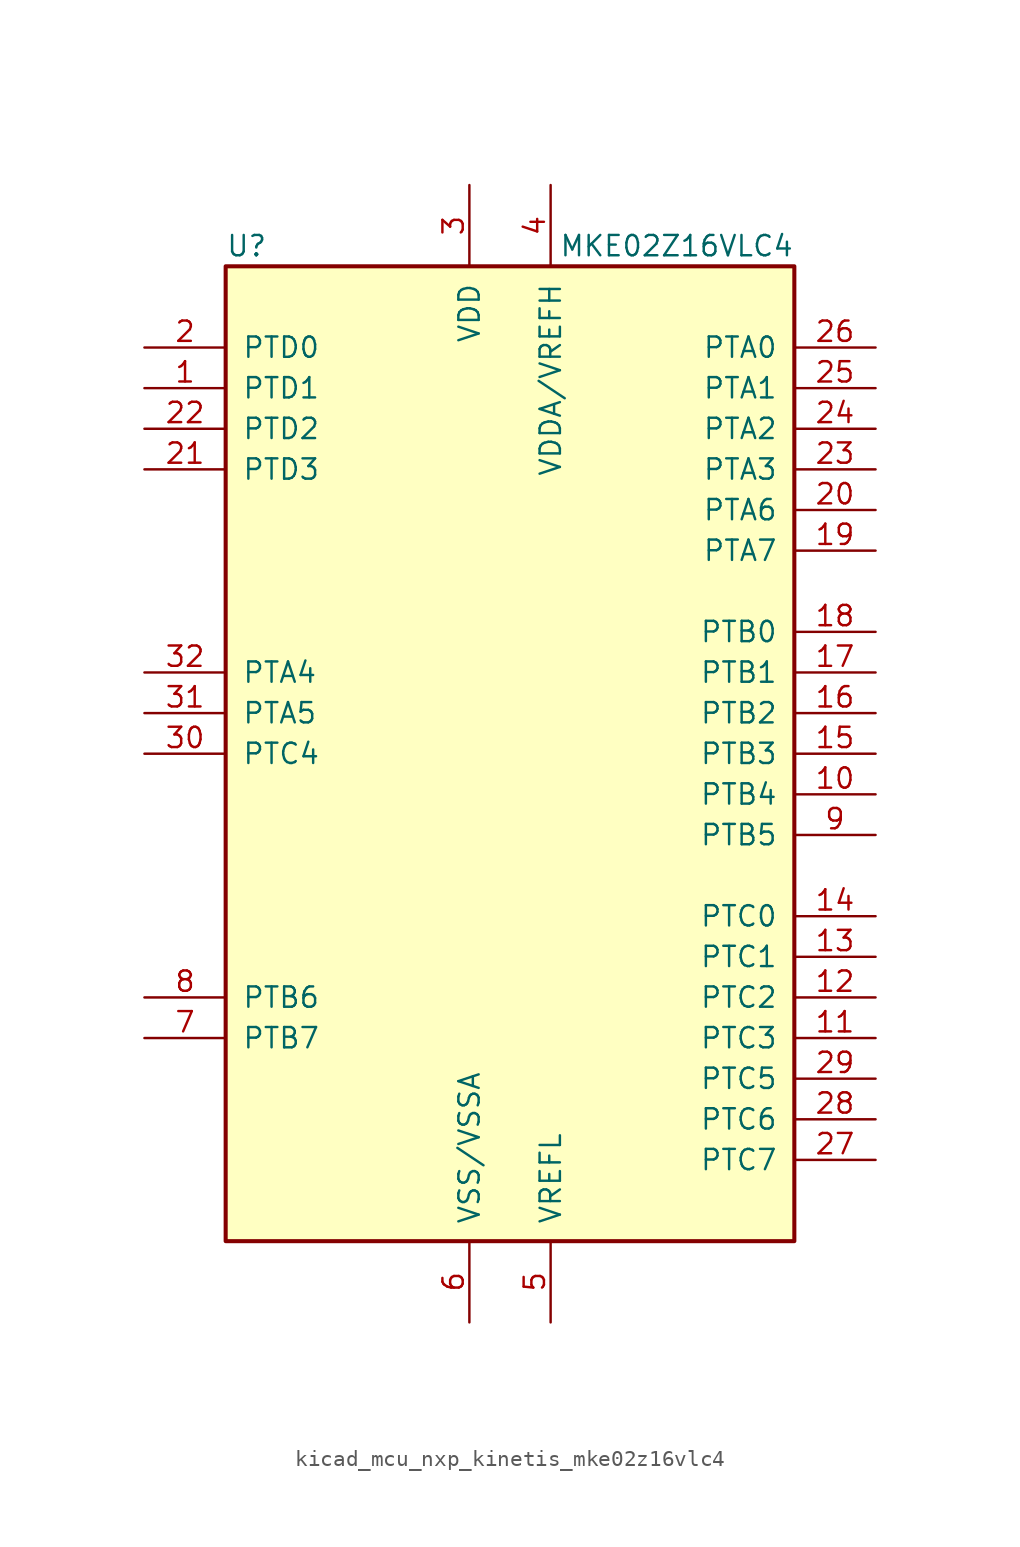
<source format=kicad_sym>
(kicad_symbol_lib
  (version 20220914)
  (generator kicad_symbol_editor)
  (symbol "kicad_mcu_nxp_kinetis_mke02z16vlc4"
    (pin_names
      (offset 1.016))
    (property "Reference" "U"
      (at -17.78 31.75 0)
      (effects (font (size 1.27 1.27)) (justify left)))
    (property "Value" "MKE02Z16VLC4"
      (at 17.78 31.75 0)
      (effects (font (size 1.27 1.27)) (justify right)))
    (symbol "kicad_mcu_nxp_kinetis_mke02z16vlc4_0_1"
      (rectangle (start -17.78 30.48) (end 17.78 -30.48) (stroke (width 0.254) (type default)) (fill (type background))))
    (symbol "kicad_mcu_nxp_kinetis_mke02z16vlc4_1_1"
      (pin bidirectional line (at -22.86 22.86 0) (length 5.08) (name "PTD1" (effects (font (size 1.27 1.27)))) (number "1" (effects (font (size 1.27 1.27)))))
      (pin bidirectional line (at 22.86 -2.54 180) (length 5.08) (name "PTB4" (effects (font (size 1.27 1.27)))) (number "10" (effects (font (size 1.27 1.27)))))
      (pin bidirectional line (at 22.86 -17.78 180) (length 5.08) (name "PTC3" (effects (font (size 1.27 1.27)))) (number "11" (effects (font (size 1.27 1.27)))))
      (pin bidirectional line (at 22.86 -15.24 180) (length 5.08) (name "PTC2" (effects (font (size 1.27 1.27)))) (number "12" (effects (font (size 1.27 1.27)))))
      (pin bidirectional line (at 22.86 -12.7 180) (length 5.08) (name "PTC1" (effects (font (size 1.27 1.27)))) (number "13" (effects (font (size 1.27 1.27)))))
      (pin bidirectional line (at 22.86 -10.16 180) (length 5.08) (name "PTC0" (effects (font (size 1.27 1.27)))) (number "14" (effects (font (size 1.27 1.27)))))
      (pin bidirectional line (at 22.86 0 180) (length 5.08) (name "PTB3" (effects (font (size 1.27 1.27)))) (number "15" (effects (font (size 1.27 1.27)))))
      (pin bidirectional line (at 22.86 2.54 180) (length 5.08) (name "PTB2" (effects (font (size 1.27 1.27)))) (number "16" (effects (font (size 1.27 1.27)))))
      (pin bidirectional line (at 22.86 5.08 180) (length 5.08) (name "PTB1" (effects (font (size 1.27 1.27)))) (number "17" (effects (font (size 1.27 1.27)))))
      (pin bidirectional line (at 22.86 7.62 180) (length 5.08) (name "PTB0" (effects (font (size 1.27 1.27)))) (number "18" (effects (font (size 1.27 1.27)))))
      (pin bidirectional line (at 22.86 12.7 180) (length 5.08) (name "PTA7" (effects (font (size 1.27 1.27)))) (number "19" (effects (font (size 1.27 1.27)))))
      (pin bidirectional line (at -22.86 25.4 0) (length 5.08) (name "PTD0" (effects (font (size 1.27 1.27)))) (number "2" (effects (font (size 1.27 1.27)))))
      (pin bidirectional line (at 22.86 15.24 180) (length 5.08) (name "PTA6" (effects (font (size 1.27 1.27)))) (number "20" (effects (font (size 1.27 1.27)))))
      (pin bidirectional line (at -22.86 17.78 0) (length 5.08) (name "PTD3" (effects (font (size 1.27 1.27)))) (number "21" (effects (font (size 1.27 1.27)))))
      (pin bidirectional line (at -22.86 20.32 0) (length 5.08) (name "PTD2" (effects (font (size 1.27 1.27)))) (number "22" (effects (font (size 1.27 1.27)))))
      (pin bidirectional line (at 22.86 17.78 180) (length 5.08) (name "PTA3" (effects (font (size 1.27 1.27)))) (number "23" (effects (font (size 1.27 1.27)))))
      (pin bidirectional line (at 22.86 20.32 180) (length 5.08) (name "PTA2" (effects (font (size 1.27 1.27)))) (number "24" (effects (font (size 1.27 1.27)))))
      (pin bidirectional line (at 22.86 22.86 180) (length 5.08) (name "PTA1" (effects (font (size 1.27 1.27)))) (number "25" (effects (font (size 1.27 1.27)))))
      (pin bidirectional line (at 22.86 25.4 180) (length 5.08) (name "PTA0" (effects (font (size 1.27 1.27)))) (number "26" (effects (font (size 1.27 1.27)))))
      (pin bidirectional line (at 22.86 -25.4 180) (length 5.08) (name "PTC7" (effects (font (size 1.27 1.27)))) (number "27" (effects (font (size 1.27 1.27)))))
      (pin bidirectional line (at 22.86 -22.86 180) (length 5.08) (name "PTC6" (effects (font (size 1.27 1.27)))) (number "28" (effects (font (size 1.27 1.27)))))
      (pin bidirectional line (at 22.86 -20.32 180) (length 5.08) (name "PTC5" (effects (font (size 1.27 1.27)))) (number "29" (effects (font (size 1.27 1.27)))))
      (pin power_in line (at -2.54 35.56 270) (length 5.08) (name "VDD" (effects (font (size 1.27 1.27)))) (number "3" (effects (font (size 1.27 1.27)))))
      (pin bidirectional line (at -22.86 0 0) (length 5.08) (name "PTC4" (effects (font (size 1.27 1.27)))) (number "30" (effects (font (size 1.27 1.27)))))
      (pin bidirectional line (at -22.86 2.54 0) (length 5.08) (name "PTA5" (effects (font (size 1.27 1.27)))) (number "31" (effects (font (size 1.27 1.27)))))
      (pin bidirectional line (at -22.86 5.08 0) (length 5.08) (name "PTA4" (effects (font (size 1.27 1.27)))) (number "32" (effects (font (size 1.27 1.27)))))
      (pin power_in line (at 2.54 35.56 270) (length 5.08) (name "VDDA/VREFH" (effects (font (size 1.27 1.27)))) (number "4" (effects (font (size 1.27 1.27)))))
      (pin power_in line (at 2.54 -35.56 90) (length 5.08) (name "VREFL" (effects (font (size 1.27 1.27)))) (number "5" (effects (font (size 1.27 1.27)))))
      (pin power_in line (at -2.54 -35.56 90) (length 5.08) (name "VSS/VSSA" (effects (font (size 1.27 1.27)))) (number "6" (effects (font (size 1.27 1.27)))))
      (pin bidirectional line (at -22.86 -17.78 0) (length 5.08) (name "PTB7" (effects (font (size 1.27 1.27)))) (number "7" (effects (font (size 1.27 1.27)))))
      (pin bidirectional line (at -22.86 -15.24 0) (length 5.08) (name "PTB6" (effects (font (size 1.27 1.27)))) (number "8" (effects (font (size 1.27 1.27)))))
      (pin bidirectional line (at 22.86 -5.08 180) (length 5.08) (name "PTB5" (effects (font (size 1.27 1.27)))) (number "9" (effects (font (size 1.27 1.27))))))))
</source>
